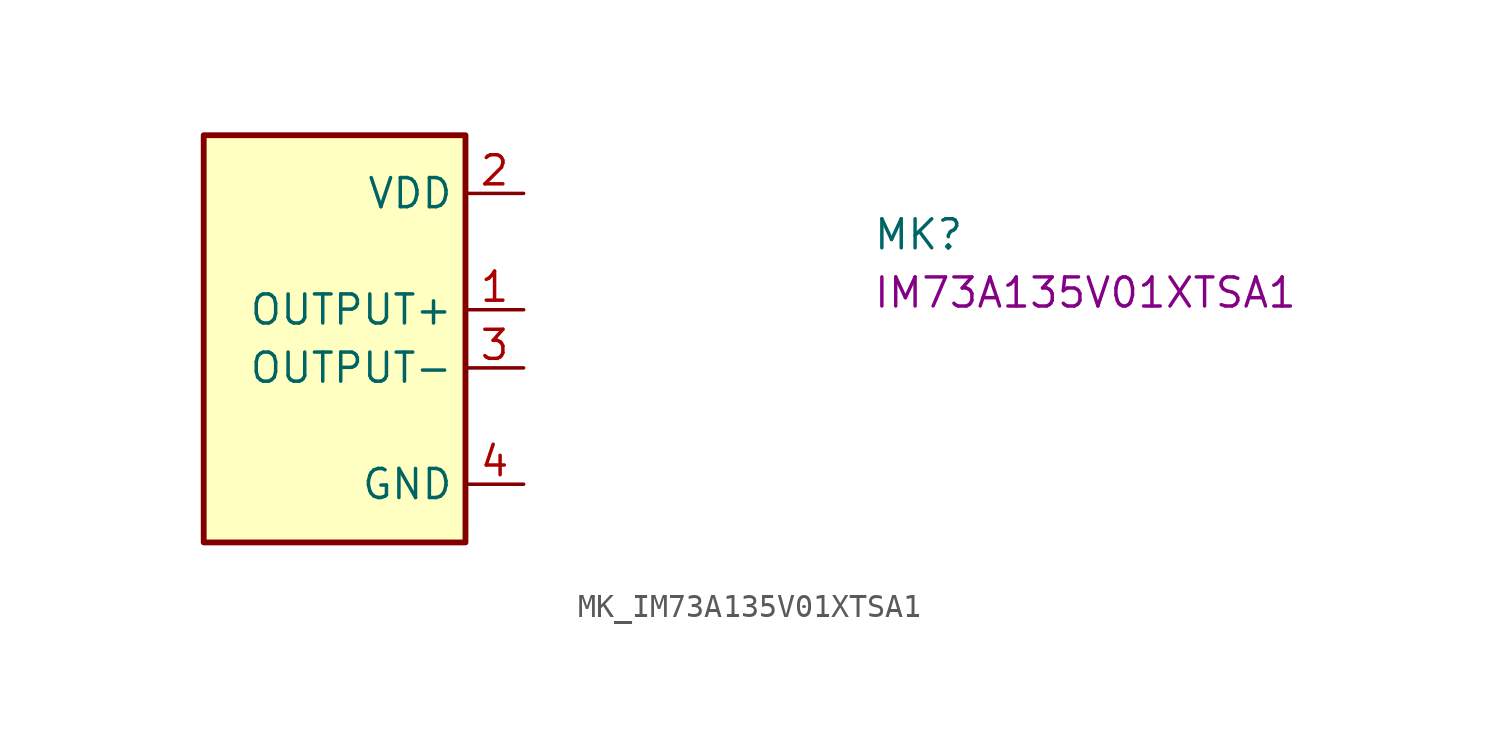
<source format=kicad_sym>
(kicad_symbol_lib
  (version 20231120)
  (generator "kicad_symbol_editor")
  (generator_version "8.0")
  (symbol "MK_IM73A135V01XTSA1"
    (property "Reference" "MK"
      (at 15.24 -2.54 0)
      (effects (font (size 1.27 1.27) (thickness 0.15)) (justify left bottom)))
    (property "MPN" "IM73A135V01XTSA1"
      (at 15.24 -5.08 0)
      (effects (font (size 1.27 1.27) (thickness 0.15)) (justify left bottom)))
    (symbol "MK_IM73A135V01XTSA1_1_1"
      (rectangle (start -13.97 2.54) (end -2.54 -15.24) (stroke (width 0.254) (type default)) (fill (type background)))
      (pin output line (at 0 -5.08 180) (length 2.54) (name "OUTPUT+" (effects (font (size 1.27 1.27)))) (number "1" (effects (font (size 1.27 1.27)))))
      (pin power_in line (at 0 0 180) (length 2.54) (name "VDD" (effects (font (size 1.27 1.27)))) (number "2" (effects (font (size 1.27 1.27)))))
      (pin output line (at 0 -7.62 180) (length 2.54) (name "OUTPUT-" (effects (font (size 1.27 1.27)))) (number "3" (effects (font (size 1.27 1.27)))))
      (pin power_in line (at 0 -12.7 180) (length 2.54) (name "GND" (effects (font (size 1.27 1.27)))) (number "4" (effects (font (size 1.27 1.27)))))
      (pin passive line (at 0 -12.7 180) (length 2.54) hide (name "GND" (effects (font (size 1.27 1.27)))) (number "5" (effects (font (size 1.27 1.27))))))))
</source>
